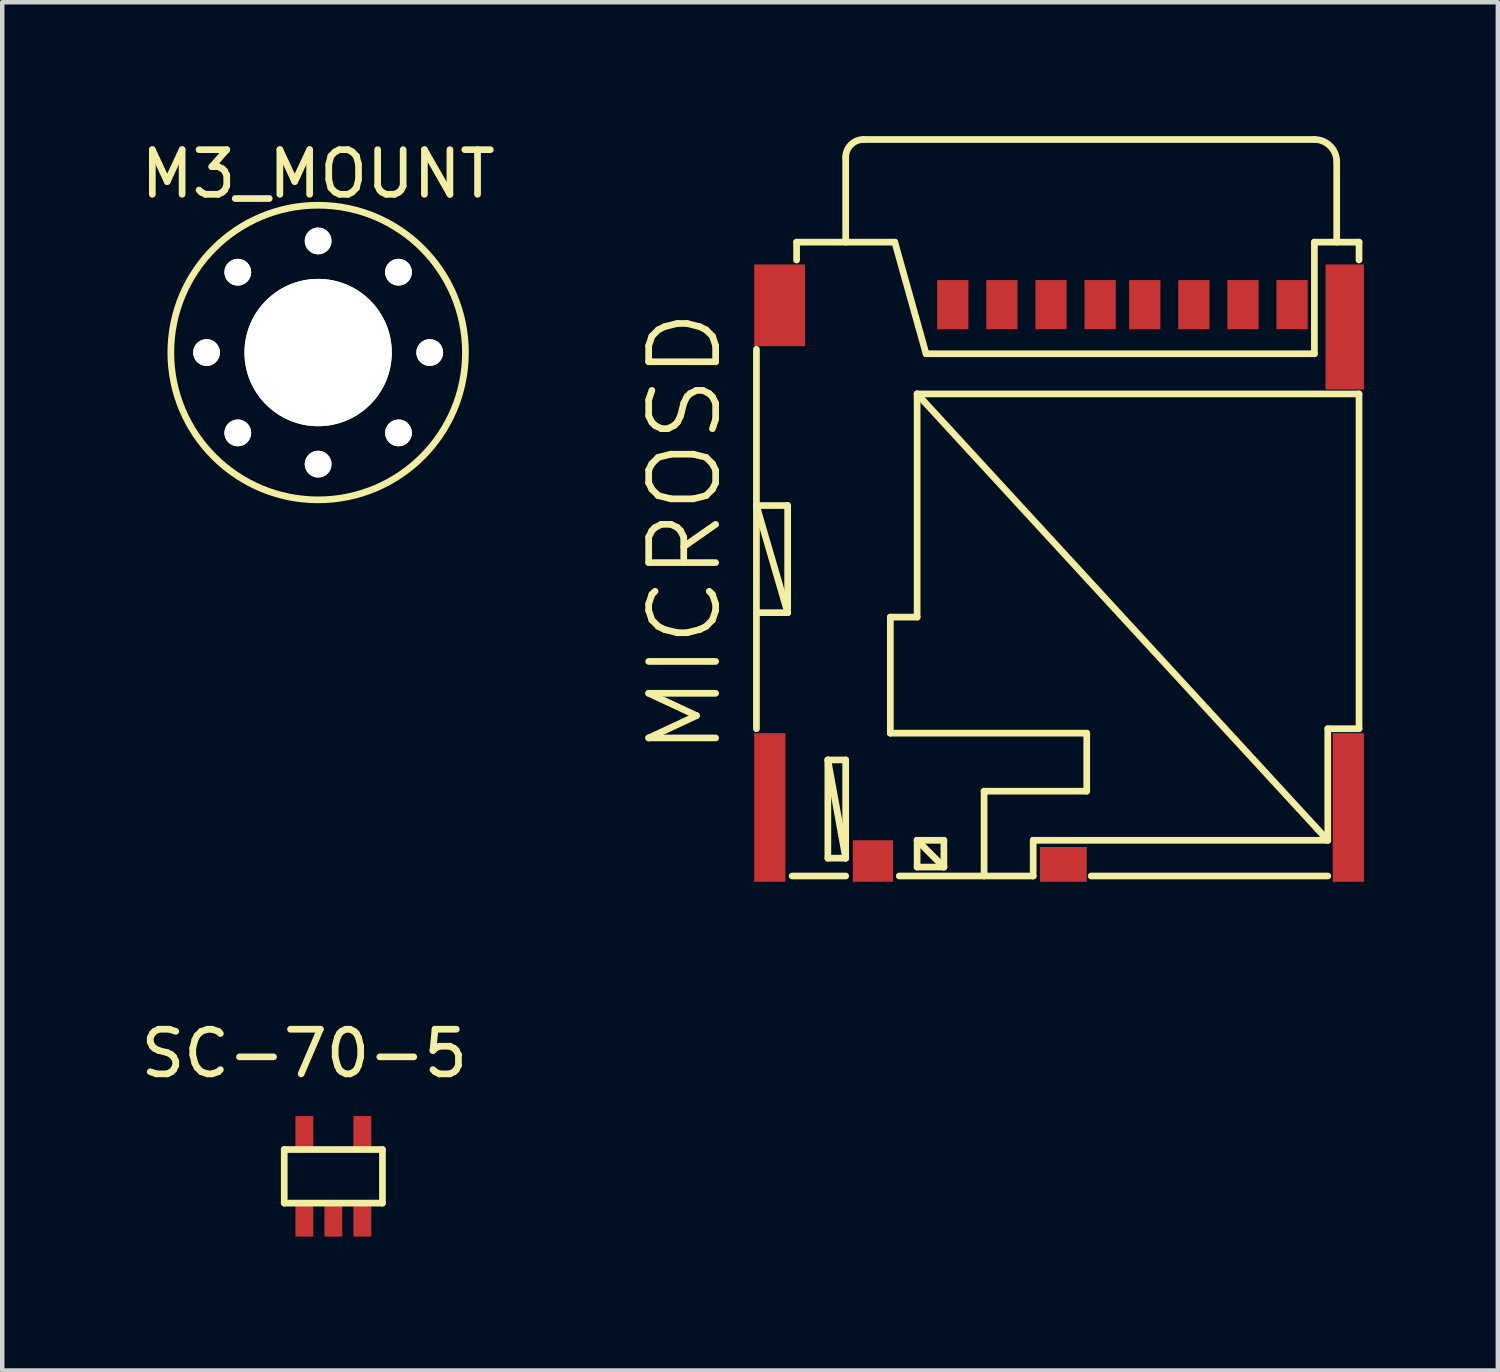
<source format=kicad_pcb>
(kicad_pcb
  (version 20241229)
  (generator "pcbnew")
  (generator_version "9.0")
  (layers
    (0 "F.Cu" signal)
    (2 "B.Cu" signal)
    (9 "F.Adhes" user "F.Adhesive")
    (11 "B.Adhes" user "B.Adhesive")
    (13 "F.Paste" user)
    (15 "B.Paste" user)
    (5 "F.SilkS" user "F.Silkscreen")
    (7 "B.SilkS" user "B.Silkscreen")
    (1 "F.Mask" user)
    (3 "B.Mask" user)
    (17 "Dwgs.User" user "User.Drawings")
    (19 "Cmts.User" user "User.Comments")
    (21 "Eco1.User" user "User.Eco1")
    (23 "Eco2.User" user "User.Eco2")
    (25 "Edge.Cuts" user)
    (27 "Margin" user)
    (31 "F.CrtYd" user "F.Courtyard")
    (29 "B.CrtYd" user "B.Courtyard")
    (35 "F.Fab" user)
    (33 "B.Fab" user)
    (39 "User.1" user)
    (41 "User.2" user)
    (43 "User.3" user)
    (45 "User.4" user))
  (footprint "MICROSD"
    (layer "F.Cu")
    (at 18.296 3.775)
    (property "Reference" "MICROSD" (at -6 5.1 90) (layer "F.SilkS") (effects (font (size 1.5 1.5) (thickness 0.15))))
    (attr through_hole)
    (fp_line (start -4.4 1) (end -4.4 9.5) (stroke (width 0.15) (type solid)) (layer "F.SilkS"))
    (fp_line (start -4.4 4.5) (end -3.7 6.9) (stroke (width 0.15) (type solid)) (layer "F.SilkS"))
    (fp_line (start -4.4 6.9) (end -3.7 6.9) (stroke (width 0.15) (type solid)) (layer "F.SilkS"))
    (fp_line (start -3.7 4.5) (end -4.4 4.5) (stroke (width 0.15) (type solid)) (layer "F.SilkS"))
    (fp_line (start -3.7 6.9) (end -3.7 4.5) (stroke (width 0.15) (type solid)) (layer "F.SilkS"))
    (fp_line (start -3.5 -1.4) (end -3.5 -1) (stroke (width 0.15) (type solid)) (layer "F.SilkS"))
    (fp_line (start -2.8 10.2) (end -2.8 12.4) (stroke (width 0.15) (type solid)) (layer "F.SilkS"))
    (fp_line (start -2.8 10.2) (end -2.4 12.4) (stroke (width 0.15) (type solid)) (layer "F.SilkS"))
    (fp_line (start -2.8 12.4) (end -2.4 12.4) (stroke (width 0.15) (type solid)) (layer "F.SilkS"))
    (fp_line (start -2.4 -3.3) (end -2.4 -1.4) (stroke (width 0.15) (type solid)) (layer "F.SilkS"))
    (fp_line (start -2.4 10.2) (end -2.8 10.2) (stroke (width 0.15) (type solid)) (layer "F.SilkS"))
    (fp_line (start -2.4 12.4) (end -2.4 10.2) (stroke (width 0.15) (type solid)) (layer "F.SilkS"))
    (fp_line (start -2.4 12.8) (end -3.6 12.8) (stroke (width 0.15) (type solid)) (layer "F.SilkS"))
    (fp_line (start -1.4 7) (end -1.4 9.6) (stroke (width 0.15) (type solid)) (layer "F.SilkS"))
    (fp_line (start -1.4 9.6) (end 3 9.6) (stroke (width 0.15) (type solid)) (layer "F.SilkS"))
    (fp_line (start -1.3 -1.4) (end -3.5 -1.4) (stroke (width 0.15) (type solid)) (layer "F.SilkS"))
    (fp_line (start -1.3 -1.4) (end -0.6 1.1) (stroke (width 0.15) (type solid)) (layer "F.SilkS"))
    (fp_line (start -0.8 2) (end -0.8 7) (stroke (width 0.15) (type solid)) (layer "F.SilkS"))
    (fp_line (start -0.8 2) (end 8.4 12) (stroke (width 0.15) (type solid)) (layer "F.SilkS"))
    (fp_line (start -0.8 7) (end -1.4 7) (stroke (width 0.15) (type solid)) (layer "F.SilkS"))
    (fp_line (start -0.8 12) (end -0.8 12.6) (stroke (width 0.15) (type solid)) (layer "F.SilkS"))
    (fp_line (start -0.8 12) (end -0.2 12.6) (stroke (width 0.15) (type solid)) (layer "F.SilkS"))
    (fp_line (start -0.8 12.6) (end -0.2 12.6) (stroke (width 0.15) (type solid)) (layer "F.SilkS"))
    (fp_line (start -0.6 1.1) (end 8.1 1.1) (stroke (width 0.15) (type solid)) (layer "F.SilkS"))
    (fp_line (start -0.2 12) (end -0.8 12) (stroke (width 0.15) (type solid)) (layer "F.SilkS"))
    (fp_line (start -0.2 12.6) (end -0.2 12) (stroke (width 0.15) (type solid)) (layer "F.SilkS"))
    (fp_line (start 0.7 10.9) (end 0.7 12.8) (stroke (width 0.15) (type solid)) (layer "F.SilkS"))
    (fp_line (start 1.8 12) (end 8.4 12) (stroke (width 0.15) (type solid)) (layer "F.SilkS"))
    (fp_line (start 1.8 12.8) (end -1.2 12.8) (stroke (width 0.15) (type solid)) (layer "F.SilkS"))
    (fp_line (start 1.8 12.8) (end 1.8 12) (stroke (width 0.15) (type solid)) (layer "F.SilkS"))
    (fp_line (start 3 9.6) (end 3 10.9) (stroke (width 0.15) (type solid)) (layer "F.SilkS"))
    (fp_line (start 3 10.9) (end 0.7 10.9) (stroke (width 0.15) (type solid)) (layer "F.SilkS"))
    (fp_line (start 8.1 -3.7) (end -2 -3.7) (stroke (width 0.15) (type solid)) (layer "F.SilkS"))
    (fp_line (start 8.1 -1.4) (end 9.1 -1.4) (stroke (width 0.15) (type solid)) (layer "F.SilkS"))
    (fp_line (start 8.1 1.1) (end 8.1 -1.4) (stroke (width 0.15) (type solid)) (layer "F.SilkS"))
    (fp_line (start 8.4 9.5) (end 9.1 9.5) (stroke (width 0.15) (type solid)) (layer "F.SilkS"))
    (fp_line (start 8.4 12) (end 8.4 9.5) (stroke (width 0.15) (type solid)) (layer "F.SilkS"))
    (fp_line (start 8.4 12.8) (end 3.1 12.8) (stroke (width 0.15) (type solid)) (layer "F.SilkS"))
    (fp_line (start 8.6 -3.2) (end 8.6 -1.4) (stroke (width 0.15) (type solid)) (layer "F.SilkS"))
    (fp_line (start 9.1 -1.4) (end 9.1 -1) (stroke (width 0.15) (type solid)) (layer "F.SilkS"))
    (fp_line (start 9.1 2) (end -0.8 2) (stroke (width 0.15) (type solid)) (layer "F.SilkS"))
    (fp_line (start 9.1 2) (end 9.1 9.5) (stroke (width 0.15) (type solid)) (layer "F.SilkS"))
    (fp_arc (start -2.4 -3.3) (mid -2.282843 -3.582843) (end -2 -3.7) (stroke (width 0.15) (type solid)) (layer "F.SilkS"))
    (fp_arc (start 8.1 -3.7) (mid 8.453553 -3.553553) (end 8.6 -3.2) (stroke (width 0.15) (type solid)) (layer "F.SilkS"))
    (pad "1" smd rect (at 0 0) (size 0.7 1.1) (layers "F.Cu" "F.Mask" "F.Paste"))
    (pad "2" smd rect (at 1.1 0) (size 0.7 1.1) (layers "F.Cu" "F.Mask" "F.Paste"))
    (pad "3" smd rect (at 2.2 0) (size 0.7 1.1) (layers "F.Cu" "F.Mask" "F.Paste"))
    (pad "4" smd rect (at 3.3 0) (size 0.7 1.1) (layers "F.Cu" "F.Mask" "F.Paste"))
    (pad "5" smd rect (at 4.3 0) (size 0.7 1.1) (layers "F.Cu" "F.Mask" "F.Paste"))
    (pad "6" smd rect (at 5.4 0) (size 0.7 1.1) (layers "F.Cu" "F.Mask" "F.Paste"))
    (pad "7" smd rect (at 6.5 0) (size 0.7 1.1) (layers "F.Cu" "F.Mask" "F.Paste"))
    (pad "8" smd rect (at 7.6 0) (size 0.7 1.1) (layers "F.Cu" "F.Mask" "F.Paste"))
    (pad "9" smd rect (at -4.1 11.265) (size 0.7 3.33) (layers "F.Cu" "F.Mask" "F.Paste"))
    (pad "9" smd rect (at -3.88 0.015) (size 1.14 1.83) (layers "F.Cu" "F.Mask" "F.Paste"))
    (pad "9" smd rect (at 8.78 0.5) (size 0.86 2.8) (layers "F.Cu" "F.Mask" "F.Paste"))
    (pad "9" smd rect (at 8.86 11.265) (size 0.7 3.33) (layers "F.Cu" "F.Mask" "F.Paste"))
    (pad "10" smd rect (at -1.79 12.465) (size 0.9 0.93) (layers "F.Cu" "F.Mask" "F.Paste"))
    (pad "11" smd rect (at 2.475 12.54) (size 1.05 0.78) (layers "F.Cu" "F.Mask" "F.Paste")))
  (footprint "M3_MOUNT"
    (layer "F.Cu")
    (at 4.077 4.848)
    (property "Reference" "M3_MOUNT" (at 0 -4 0) (layer "F.SilkS") (effects (font (size 1 1) (thickness 0.15))))
    (attr through_hole)
    (fp_circle (center 0 0) (end 3.3 0) (stroke (width 0.15) (type solid)) (fill no) (layer "F.SilkS"))
    (pad "" np_thru_hole circle (at -2.5 0) (size 0.6 0.6) (drill 0.6) (layers "*.Cu" "*.Mask" "F.SilkS"))
    (pad "" np_thru_hole circle (at -1.8 -1.8) (size 0.6 0.6) (drill 0.6) (layers "*.Cu" "*.Mask" "F.SilkS"))
    (pad "" np_thru_hole circle (at -1.8 1.8) (size 0.6 0.6) (drill 0.6) (layers "*.Cu" "*.Mask" "F.SilkS"))
    (pad "" np_thru_hole circle (at 0 -2.5) (size 0.6 0.6) (drill 0.6) (layers "*.Cu" "*.Mask" "F.SilkS"))
    (pad "" np_thru_hole circle (at 0 0) (size 3.3 3.3) (drill 3.3) (layers "*.Cu" "*.Mask" "F.SilkS"))
    (pad "" np_thru_hole circle (at 0 2.5) (size 0.6 0.6) (drill 0.6) (layers "*.Cu" "*.Mask" "F.SilkS"))
    (pad "" np_thru_hole circle (at 1.8 -1.8) (size 0.6 0.6) (drill 0.6) (layers "*.Cu" "*.Mask" "F.SilkS"))
    (pad "" np_thru_hole circle (at 1.8 1.8) (size 0.6 0.6) (drill 0.6) (layers "*.Cu" "*.Mask" "F.SilkS"))
    (pad "" np_thru_hole circle (at 2.5 0) (size 0.6 0.6) (drill 0.6) (layers "*.Cu" "*.Mask" "F.SilkS")))
  (footprint "SC-70-5"
    (layer "F.Cu")
    (at 3.768 24.253)
    (property "Reference" "SC-70-5" (at 0 -3.7 0) (layer "F.SilkS") (effects (font (size 1 1) (thickness 0.15))))
    (attr through_hole)
    (fp_line (start -0.45 -1.55) (end -0.45 -0.35) (stroke (width 0.15) (type solid)) (layer "F.SilkS"))
    (fp_line (start -0.45 -1.55) (end 1.75 -1.55) (stroke (width 0.15) (type solid)) (layer "F.SilkS"))
    (fp_line (start 1.75 -1.55) (end 1.75 -0.35) (stroke (width 0.15) (type solid)) (layer "F.SilkS"))
    (fp_line (start 1.75 -0.35) (end -0.45 -0.35) (stroke (width 0.15) (type solid)) (layer "F.SilkS"))
    (pad "1" smd rect (at 0 0) (size 0.4 0.8) (layers "F.Cu" "F.Mask" "F.Paste"))
    (pad "2" smd rect (at 0.65 0) (size 0.4 0.8) (layers "F.Cu" "F.Mask" "F.Paste"))
    (pad "3" smd rect (at 1.3 0) (size 0.4 0.8) (layers "F.Cu" "F.Mask" "F.Paste"))
    (pad "4" smd rect (at 1.3 -1.9) (size 0.4 0.8) (layers "F.Cu" "F.Mask" "F.Paste"))
    (pad "5" smd rect (at 0 -1.9) (size 0.4 0.8) (layers "F.Cu" "F.Mask" "F.Paste")))
  (gr_rect
    (start -3 -3)
    (end 30.506 27.653)
    (stroke (width 0.1) (type default))
    (fill no)
    (layer "Edge.Cuts")))
</source>
